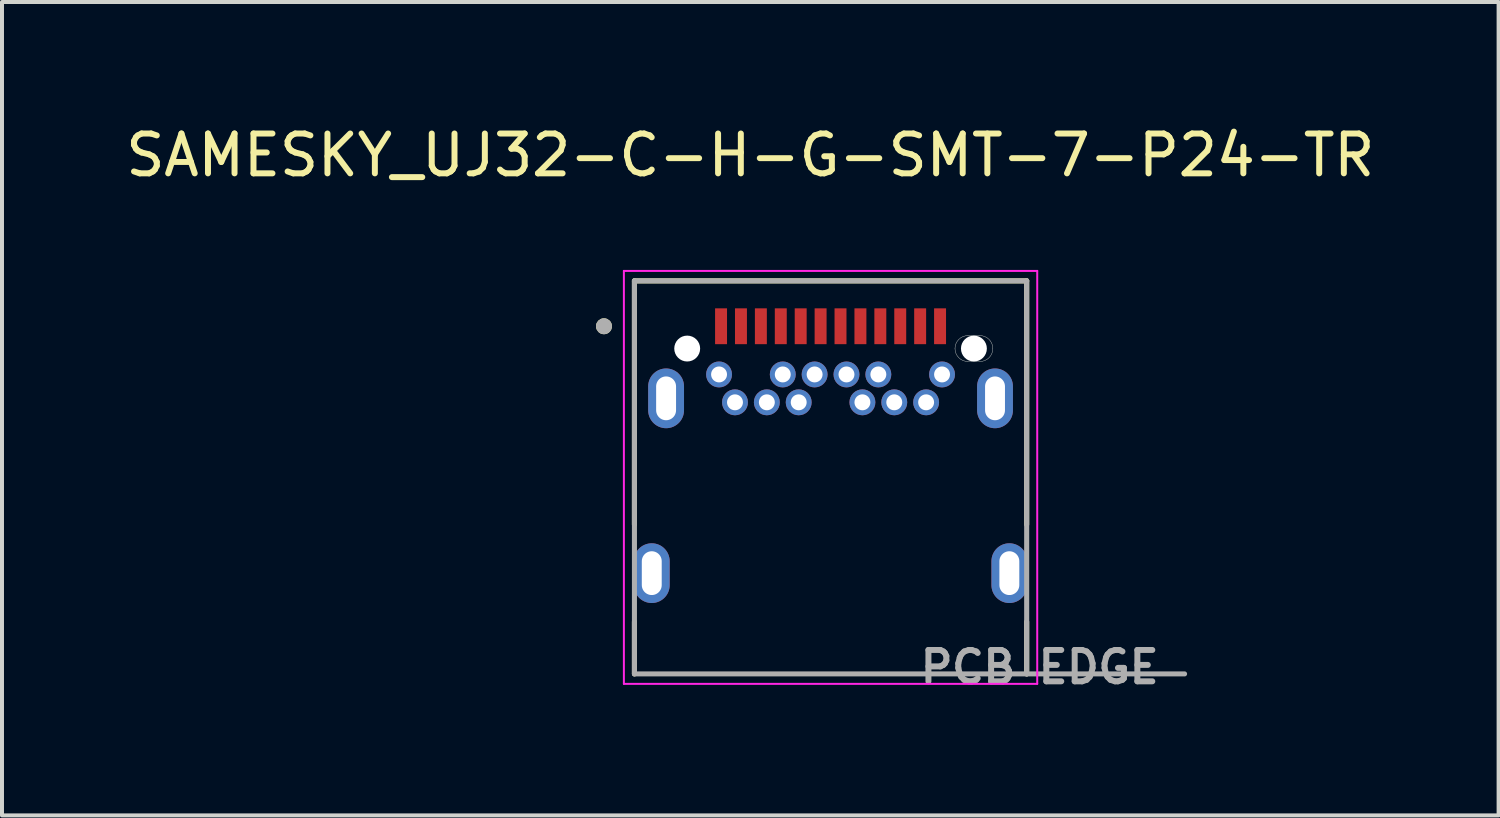
<source format=kicad_pcb>
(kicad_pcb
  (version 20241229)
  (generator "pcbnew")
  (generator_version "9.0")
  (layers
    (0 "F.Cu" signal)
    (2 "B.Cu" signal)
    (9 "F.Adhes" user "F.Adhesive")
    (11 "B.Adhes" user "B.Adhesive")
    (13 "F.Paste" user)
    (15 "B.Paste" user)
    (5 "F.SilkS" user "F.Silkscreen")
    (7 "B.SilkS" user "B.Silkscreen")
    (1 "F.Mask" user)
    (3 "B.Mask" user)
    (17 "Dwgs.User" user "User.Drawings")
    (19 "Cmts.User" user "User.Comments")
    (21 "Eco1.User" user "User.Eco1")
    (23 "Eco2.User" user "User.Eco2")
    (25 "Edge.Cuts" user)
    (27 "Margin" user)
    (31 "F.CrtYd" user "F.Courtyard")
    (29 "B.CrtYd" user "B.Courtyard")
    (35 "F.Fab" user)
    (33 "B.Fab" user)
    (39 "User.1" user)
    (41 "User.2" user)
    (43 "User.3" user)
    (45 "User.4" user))
  (footprint "SAMESKY_UJ32-C-H-G-SMT-7-P24-TR"
    (layer "F.Cu")
    (at 17.807 8.938)
    (property "Reference" "SAMESKY_UJ32-C-H-G-SMT-7-P24-TR" (at -2.015 -8.09 0) (layer "F.SilkS") (effects (font (size 1 1) (thickness 0.15))))
    (attr through_hole)
    (fp_poly (pts (xy 3.75 -3.66) (xy 3.45 -3.66) (xy 3.428 -3.659) (xy 3.406 -3.658) (xy 3.384 -3.655) (xy 3.362 -3.651) (xy 3.34 -3.646) (xy 3.319 -3.639) (xy 3.298 -3.632) (xy 3.277 -3.623) (xy 3.257 -3.614) (xy 3.238 -3.603) (xy 3.219 -3.591) (xy 3.2 -3.579) (xy 3.183 -3.565) (xy 3.166 -3.551) (xy 3.149 -3.536) (xy 3.134 -3.519) (xy 3.12 -3.502) (xy 3.106 -3.485) (xy 3.094 -3.466) (xy 3.082 -3.447) (xy 3.071 -3.428) (xy 3.062 -3.408) (xy 3.053 -3.387) (xy 3.046 -3.366) (xy 3.039 -3.345) (xy 3.034 -3.323) (xy 3.03 -3.301) (xy 3.027 -3.279) (xy 3.026 -3.257) (xy 3.025 -3.235) (xy 3.026 -3.213) (xy 3.027 -3.191) (xy 3.03 -3.169) (xy 3.034 -3.147) (xy 3.039 -3.125) (xy 3.046 -3.104) (xy 3.053 -3.083) (xy 3.062 -3.062) (xy 3.071 -3.042) (xy 3.082 -3.023) (xy 3.094 -3.004) (xy 3.106 -2.985) (xy 3.12 -2.968) (xy 3.134 -2.951) (xy 3.149 -2.934) (xy 3.166 -2.919) (xy 3.183 -2.905) (xy 3.2 -2.891) (xy 3.219 -2.879) (xy 3.237 -2.867) (xy 3.257 -2.856) (xy 3.277 -2.847) (xy 3.298 -2.838) (xy 3.319 -2.831) (xy 3.34 -2.824) (xy 3.362 -2.819) (xy 3.384 -2.815) (xy 3.406 -2.812) (xy 3.428 -2.811) (xy 3.45 -2.81) (xy 3.75 -2.81) (xy 3.772 -2.811) (xy 3.794 -2.812) (xy 3.816 -2.815) (xy 3.838 -2.819) (xy 3.86 -2.824) (xy 3.881 -2.831) (xy 3.902 -2.838) (xy 3.923 -2.847) (xy 3.943 -2.856) (xy 3.962 -2.867) (xy 3.981 -2.879) (xy 4 -2.891) (xy 4.017 -2.905) (xy 4.034 -2.919) (xy 4.051 -2.934) (xy 4.066 -2.951) (xy 4.08 -2.968) (xy 4.094 -2.985) (xy 4.106 -3.004) (xy 4.118 -3.022) (xy 4.129 -3.042) (xy 4.138 -3.062) (xy 4.147 -3.083) (xy 4.154 -3.104) (xy 4.161 -3.125) (xy 4.166 -3.147) (xy 4.17 -3.169) (xy 4.173 -3.191) (xy 4.174 -3.213) (xy 4.175 -3.235) (xy 4.174 -3.257) (xy 4.173 -3.279) (xy 4.17 -3.301) (xy 4.166 -3.323) (xy 4.161 -3.345) (xy 4.154 -3.366) (xy 4.147 -3.387) (xy 4.138 -3.408) (xy 4.129 -3.428) (xy 4.118 -3.447) (xy 4.106 -3.466) (xy 4.094 -3.485) (xy 4.08 -3.502) (xy 4.066 -3.519) (xy 4.051 -3.536) (xy 4.034 -3.551) (xy 4.017 -3.565) (xy 4 -3.579) (xy 3.981 -3.591) (xy 3.962 -3.603) (xy 3.943 -3.614) (xy 3.923 -3.623) (xy 3.902 -3.632) (xy 3.881 -3.639) (xy 3.86 -3.646) (xy 3.838 -3.651) (xy 3.816 -3.655) (xy 3.794 -3.658) (xy 3.772 -3.659) (xy 3.75 -3.66)) (stroke (width 0.01) (type solid)) (fill yes) (layer "F.Mask"))
    (fp_poly (pts (xy 3.75 -3.66) (xy 3.45 -3.66) (xy 3.428 -3.659) (xy 3.406 -3.658) (xy 3.384 -3.655) (xy 3.362 -3.651) (xy 3.34 -3.646) (xy 3.319 -3.639) (xy 3.298 -3.632) (xy 3.277 -3.623) (xy 3.257 -3.614) (xy 3.238 -3.603) (xy 3.219 -3.591) (xy 3.2 -3.579) (xy 3.183 -3.565) (xy 3.166 -3.551) (xy 3.149 -3.536) (xy 3.134 -3.519) (xy 3.12 -3.502) (xy 3.106 -3.485) (xy 3.094 -3.466) (xy 3.082 -3.447) (xy 3.071 -3.428) (xy 3.062 -3.408) (xy 3.053 -3.387) (xy 3.046 -3.366) (xy 3.039 -3.345) (xy 3.034 -3.323) (xy 3.03 -3.301) (xy 3.027 -3.279) (xy 3.026 -3.257) (xy 3.025 -3.235) (xy 3.026 -3.213) (xy 3.027 -3.191) (xy 3.03 -3.169) (xy 3.034 -3.147) (xy 3.039 -3.125) (xy 3.046 -3.104) (xy 3.053 -3.083) (xy 3.062 -3.062) (xy 3.071 -3.042) (xy 3.082 -3.023) (xy 3.094 -3.004) (xy 3.106 -2.985) (xy 3.12 -2.968) (xy 3.134 -2.951) (xy 3.149 -2.934) (xy 3.166 -2.919) (xy 3.183 -2.905) (xy 3.2 -2.891) (xy 3.219 -2.879) (xy 3.237 -2.867) (xy 3.257 -2.856) (xy 3.277 -2.847) (xy 3.298 -2.838) (xy 3.319 -2.831) (xy 3.34 -2.824) (xy 3.362 -2.819) (xy 3.384 -2.815) (xy 3.406 -2.812) (xy 3.428 -2.811) (xy 3.45 -2.81) (xy 3.75 -2.81) (xy 3.772 -2.811) (xy 3.794 -2.812) (xy 3.816 -2.815) (xy 3.838 -2.819) (xy 3.86 -2.824) (xy 3.881 -2.831) (xy 3.902 -2.838) (xy 3.923 -2.847) (xy 3.943 -2.856) (xy 3.962 -2.867) (xy 3.981 -2.879) (xy 4 -2.891) (xy 4.017 -2.905) (xy 4.034 -2.919) (xy 4.051 -2.934) (xy 4.066 -2.951) (xy 4.08 -2.968) (xy 4.094 -2.985) (xy 4.106 -3.004) (xy 4.118 -3.022) (xy 4.129 -3.042) (xy 4.138 -3.062) (xy 4.147 -3.083) (xy 4.154 -3.104) (xy 4.161 -3.125) (xy 4.166 -3.147) (xy 4.17 -3.169) (xy 4.173 -3.191) (xy 4.174 -3.213) (xy 4.175 -3.235) (xy 4.174 -3.257) (xy 4.173 -3.279) (xy 4.17 -3.301) (xy 4.166 -3.323) (xy 4.161 -3.345) (xy 4.154 -3.366) (xy 4.147 -3.387) (xy 4.138 -3.408) (xy 4.129 -3.428) (xy 4.118 -3.447) (xy 4.106 -3.466) (xy 4.094 -3.485) (xy 4.08 -3.502) (xy 4.066 -3.519) (xy 4.051 -3.536) (xy 4.034 -3.551) (xy 4.017 -3.565) (xy 4 -3.579) (xy 3.981 -3.591) (xy 3.962 -3.603) (xy 3.943 -3.614) (xy 3.923 -3.623) (xy 3.902 -3.632) (xy 3.881 -3.639) (xy 3.86 -3.646) (xy 3.838 -3.651) (xy 3.816 -3.655) (xy 3.794 -3.658) (xy 3.772 -3.659) (xy 3.75 -3.66)) (stroke (width 0.01) (type solid)) (fill yes) (layer "B.Mask"))
    (fp_line (start -4.925 -4.935) (end -4.925 1.185) (stroke (width 0.127) (type solid)) (layer "F.SilkS"))
    (fp_line (start -4.925 4.935) (end -4.925 3.625) (stroke (width 0.127) (type solid)) (layer "F.SilkS"))
    (fp_line (start 4.925 -4.935) (end -4.925 -4.935) (stroke (width 0.127) (type solid)) (layer "F.SilkS"))
    (fp_line (start 4.925 1.185) (end 4.925 -4.935) (stroke (width 0.127) (type solid)) (layer "F.SilkS"))
    (fp_line (start 4.925 4.935) (end 4.925 3.625) (stroke (width 0.127) (type solid)) (layer "F.SilkS"))
    (fp_circle (center -5.69 -3.795) (end -5.59 -3.795) (stroke (width 0.2) (type solid)) (fill no) (layer "F.SilkS"))
    (fp_line (start 3.45 -2.91) (end 3.75 -2.91) (stroke (width 0.01) (type solid)) (layer "Edge.Cuts"))
    (fp_line (start 3.75 -3.56) (end 3.45 -3.56) (stroke (width 0.01) (type solid)) (layer "Edge.Cuts"))
    (fp_arc (start 3.125 -3.235) (mid 3.22019 -3.46481) (end 3.45 -3.56) (stroke (width 0.01) (type solid)) (layer "Edge.Cuts"))
    (fp_arc (start 3.45 -2.91) (mid 3.22019 -3.00519) (end 3.125 -3.235) (stroke (width 0.01) (type solid)) (layer "Edge.Cuts"))
    (fp_arc (start 3.75 -3.56) (mid 3.97981 -3.46481) (end 4.075 -3.235) (stroke (width 0.01) (type solid)) (layer "Edge.Cuts"))
    (fp_arc (start 4.075 -3.235) (mid 3.97981 -3.00519) (end 3.75 -2.91) (stroke (width 0.01) (type solid)) (layer "Edge.Cuts"))
    (fp_line (start -5.19 -5.185) (end -5.19 5.185) (stroke (width 0.05) (type solid)) (layer "F.CrtYd"))
    (fp_line (start -5.19 5.185) (end 5.19 5.185) (stroke (width 0.05) (type solid)) (layer "F.CrtYd"))
    (fp_line (start 5.19 -5.185) (end -5.19 -5.185) (stroke (width 0.05) (type solid)) (layer "F.CrtYd"))
    (fp_line (start 5.19 5.185) (end 5.19 -5.185) (stroke (width 0.05) (type solid)) (layer "F.CrtYd"))
    (fp_line (start -4.925 -4.935) (end -4.925 4.935) (stroke (width 0.127) (type solid)) (layer "F.Fab"))
    (fp_line (start -4.925 4.935) (end 4.925 4.935) (stroke (width 0.127) (type solid)) (layer "F.Fab"))
    (fp_line (start 4.925 -4.935) (end -4.925 -4.935) (stroke (width 0.127) (type solid)) (layer "F.Fab"))
    (fp_line (start 4.925 4.935) (end 4.925 -4.935) (stroke (width 0.127) (type solid)) (layer "F.Fab"))
    (fp_line (start 4.925 4.935) (end 8.89 4.935) (stroke (width 0.127) (type solid)) (layer "F.Fab"))
    (fp_circle (center -5.69 -3.795) (end -5.59 -3.795) (stroke (width 0.2) (type solid)) (fill no) (layer "F.Fab"))
    (fp_text user "PCB EDGE" (at 5.25 4.765 0) (layer "F.Fab") (effects (font (size 0.787 0.787) (thickness 0.15))))
    (pad "" np_thru_hole circle (at -3.6 -3.235) (size 0.65 0.65) (drill 0.65) (layers "*.Cu" "*.Mask"))
    (pad "" np_thru_hole circle (at 3.6 -3.235) (size 0.65 0.65) (drill 0.65) (layers "*.Cu" "*.Mask"))
    (pad "A1" smd rect (at -2.75 -3.795) (size 0.3 0.9) (layers "F.Cu" "F.Mask" "F.Paste"))
    (pad "A2" smd rect (at -2.25 -3.795) (size 0.3 0.9) (layers "F.Cu" "F.Mask" "F.Paste"))
    (pad "A3" smd rect (at -1.75 -3.795) (size 0.3 0.9) (layers "F.Cu" "F.Mask" "F.Paste"))
    (pad "A4" smd rect (at -1.25 -3.795) (size 0.3 0.9) (layers "F.Cu" "F.Mask" "F.Paste"))
    (pad "A5" smd rect (at -0.75 -3.795) (size 0.3 0.9) (layers "F.Cu" "F.Mask" "F.Paste"))
    (pad "A6" smd rect (at -0.25 -3.795) (size 0.3 0.9) (layers "F.Cu" "F.Mask" "F.Paste"))
    (pad "A7" smd rect (at 0.25 -3.795) (size 0.3 0.9) (layers "F.Cu" "F.Mask" "F.Paste"))
    (pad "A8" smd rect (at 0.75 -3.795) (size 0.3 0.9) (layers "F.Cu" "F.Mask" "F.Paste"))
    (pad "A9" smd rect (at 1.25 -3.795) (size 0.3 0.9) (layers "F.Cu" "F.Mask" "F.Paste"))
    (pad "A10" smd rect (at 1.75 -3.795) (size 0.3 0.9) (layers "F.Cu" "F.Mask" "F.Paste"))
    (pad "A11" smd rect (at 2.25 -3.795) (size 0.3 0.9) (layers "F.Cu" "F.Mask" "F.Paste"))
    (pad "A12" smd rect (at 2.75 -3.795) (size 0.3 0.9) (layers "F.Cu" "F.Mask" "F.Paste"))
    (pad "B1" thru_hole circle (at 2.8 -2.585) (size 0.65 0.65) (drill 0.4) (layers "*.Cu" "*.Mask"))
    (pad "B2" thru_hole circle (at 2.4 -1.885) (size 0.65 0.65) (drill 0.4) (layers "*.Cu" "*.Mask"))
    (pad "B3" thru_hole circle (at 1.6 -1.885) (size 0.65 0.65) (drill 0.4) (layers "*.Cu" "*.Mask"))
    (pad "B4" thru_hole circle (at 1.2 -2.585) (size 0.65 0.65) (drill 0.4) (layers "*.Cu" "*.Mask"))
    (pad "B5" thru_hole circle (at 0.8 -1.885) (size 0.65 0.65) (drill 0.4) (layers "*.Cu" "*.Mask"))
    (pad "B6" thru_hole circle (at 0.4 -2.585) (size 0.65 0.65) (drill 0.4) (layers "*.Cu" "*.Mask"))
    (pad "B7" thru_hole circle (at -0.4 -2.585) (size 0.65 0.65) (drill 0.4) (layers "*.Cu" "*.Mask"))
    (pad "B8" thru_hole circle (at -0.8 -1.885) (size 0.65 0.65) (drill 0.4) (layers "*.Cu" "*.Mask"))
    (pad "B9" thru_hole circle (at -1.2 -2.585) (size 0.65 0.65) (drill 0.4) (layers "*.Cu" "*.Mask"))
    (pad "B10" thru_hole circle (at -1.6 -1.885) (size 0.65 0.65) (drill 0.4) (layers "*.Cu" "*.Mask"))
    (pad "B11" thru_hole circle (at -2.4 -1.885) (size 0.65 0.65) (drill 0.4) (layers "*.Cu" "*.Mask"))
    (pad "B12" thru_hole circle (at -2.8 -2.585) (size 0.65 0.65) (drill 0.4) (layers "*.Cu" "*.Mask"))
    (pad "SH1" thru_hole oval (at -4.13 -1.985) (size 0.9 1.5) (drill oval 0.5 1.1) (layers "*.Cu" "*.Mask"))
    (pad "SH2" thru_hole oval (at 4.13 -1.985) (size 0.9 1.5) (drill oval 0.5 1.1) (layers "*.Cu" "*.Mask"))
    (pad "SH3" thru_hole oval (at -4.49 2.405) (size 0.9 1.5) (drill oval 0.5 1.1) (layers "*.Cu" "*.Mask"))
    (pad "SH4" thru_hole oval (at 4.49 2.405) (size 0.9 1.5) (drill oval 0.5 1.1) (layers "*.Cu" "*.Mask")))
  (gr_rect
    (start -3 -3)
    (end 34.583 17.427)
    (stroke (width 0.1) (type default))
    (fill no)
    (layer "Edge.Cuts")))
</source>
